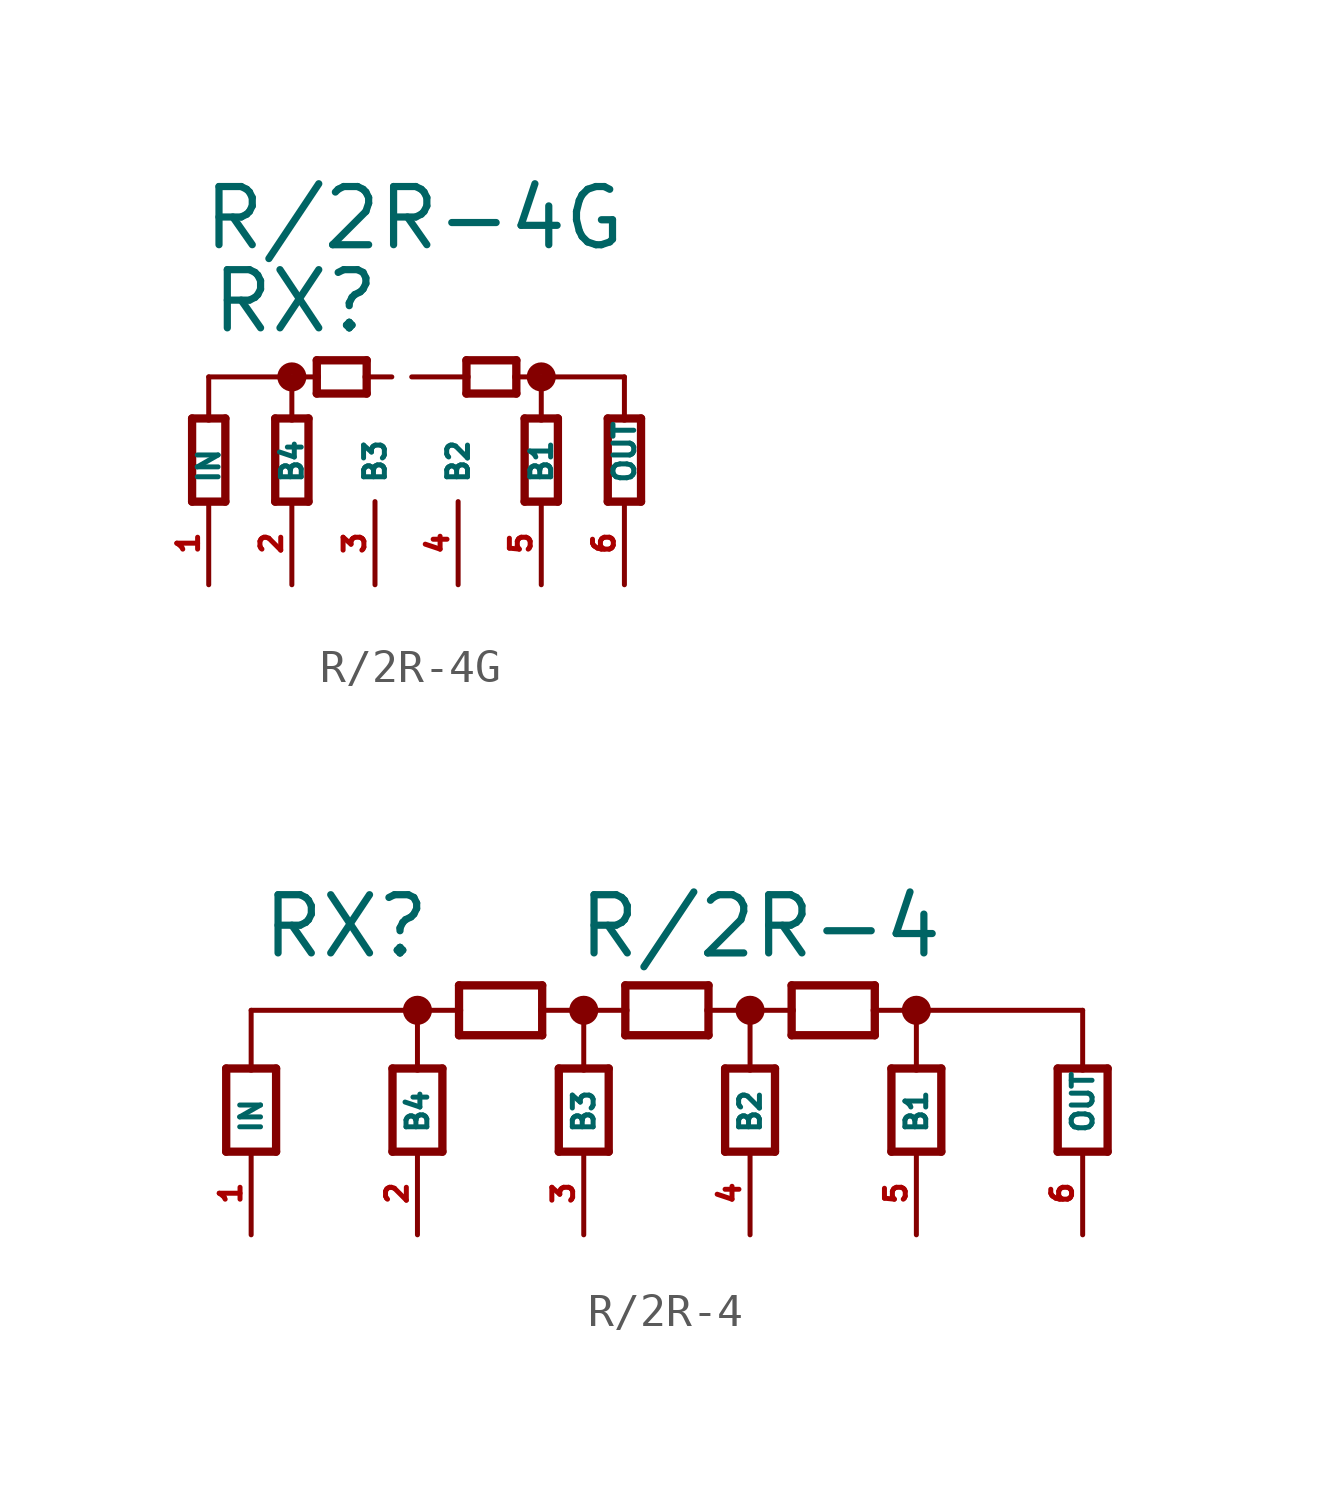
<source format=kicad_sym>
(kicad_symbol_lib
  (version 20220914)
  (generator Eagle2Kicad)
  (symbol "R/2R-4G"
    (property "Reference" "RX"
      (at -7.62 2.54 0)
      (effects (font (size 1.778 1.778) (thickness 0.22)) (justify left bottom)))
    (property "Value" "R/2R-4G"
      (at -7.874 5.08 0)
      (effects (font (size 1.778 1.778) (thickness 0.22)) (justify left bottom)))
    (polyline
      (pts (xy 2.032 -2.54) (xy 2.032 0))
      (stroke (width 0.254) (type default))
      (fill (type none)))
    (polyline
      (pts (xy 3.048 0) (xy 3.048 -2.54))
      (stroke (width 0.254) (type default))
      (fill (type none)))
    (polyline
      (pts (xy 2.032 0) (xy 2.54 0))
      (stroke (width 0.254) (type default))
      (fill (type none)))
    (polyline
      (pts (xy 2.54 0) (xy 3.048 0))
      (stroke (width 0.254) (type default))
      (fill (type none)))
    (polyline
      (pts (xy 3.048 -2.54) (xy 2.032 -2.54))
      (stroke (width 0.254) (type default))
      (fill (type none)))
    (polyline
      (pts (xy 0.254 1.778) (xy 1.778 1.778))
      (stroke (width 0.254) (type default))
      (fill (type none)))
    (polyline
      (pts (xy 1.778 0.762) (xy 0.254 0.762))
      (stroke (width 0.254) (type default))
      (fill (type none)))
    (polyline
      (pts (xy 1.778 1.778) (xy 1.778 1.27))
      (stroke (width 0.254) (type default))
      (fill (type none)))
    (polyline
      (pts (xy 1.778 1.27) (xy 1.778 0.762))
      (stroke (width 0.254) (type default))
      (fill (type none)))
    (polyline
      (pts (xy 0.254 0.762) (xy 0.254 1.27))
      (stroke (width 0.254) (type default))
      (fill (type none)))
    (polyline
      (pts (xy 0.254 1.27) (xy 0.254 1.778))
      (stroke (width 0.254) (type default))
      (fill (type none)))
    (polyline
      (pts (xy 1.778 1.27) (xy 2.54 1.27))
      (stroke (width 0.152) (type default))
      (fill (type none)))
    (polyline
      (pts (xy 2.54 1.27) (xy 5.08 1.27))
      (stroke (width 0.152) (type default))
      (fill (type none)))
    (polyline
      (pts (xy 5.08 0) (xy 5.08 1.27))
      (stroke (width 0.152) (type default))
      (fill (type none)))
    (polyline
      (pts (xy 2.54 0) (xy 2.54 1.27))
      (stroke (width 0.152) (type default))
      (fill (type none)))
    (polyline
      (pts (xy -5.08 1.27) (xy -7.62 1.27))
      (stroke (width 0.152) (type default))
      (fill (type none)))
    (polyline
      (pts (xy -7.62 0) (xy -7.62 1.27))
      (stroke (width 0.152) (type default))
      (fill (type none)))
    (polyline
      (pts (xy -4.318 1.778) (xy -2.794 1.778))
      (stroke (width 0.254) (type default))
      (fill (type none)))
    (polyline
      (pts (xy -2.794 0.762) (xy -4.318 0.762))
      (stroke (width 0.254) (type default))
      (fill (type none)))
    (polyline
      (pts (xy -2.794 1.778) (xy -2.794 1.27))
      (stroke (width 0.254) (type default))
      (fill (type none)))
    (polyline
      (pts (xy -2.794 1.27) (xy -2.794 0.762))
      (stroke (width 0.254) (type default))
      (fill (type none)))
    (polyline
      (pts (xy -4.318 0.762) (xy -4.318 1.27))
      (stroke (width 0.254) (type default))
      (fill (type none)))
    (polyline
      (pts (xy -4.318 1.27) (xy -4.318 1.778))
      (stroke (width 0.254) (type default))
      (fill (type none)))
    (polyline
      (pts (xy -5.08 1.27) (xy -4.318 1.27))
      (stroke (width 0.152) (type default))
      (fill (type none)))
    (polyline
      (pts (xy -5.08 0) (xy -5.08 1.27))
      (stroke (width 0.152) (type default))
      (fill (type none)))
    (polyline
      (pts (xy 4.572 -2.54) (xy 4.572 0))
      (stroke (width 0.254) (type default))
      (fill (type none)))
    (polyline
      (pts (xy 5.588 0) (xy 5.588 -2.54))
      (stroke (width 0.254) (type default))
      (fill (type none)))
    (polyline
      (pts (xy 4.572 0) (xy 5.08 0))
      (stroke (width 0.254) (type default))
      (fill (type none)))
    (polyline
      (pts (xy 5.08 0) (xy 5.588 0))
      (stroke (width 0.254) (type default))
      (fill (type none)))
    (polyline
      (pts (xy 5.588 -2.54) (xy 4.572 -2.54))
      (stroke (width 0.254) (type default))
      (fill (type none)))
    (polyline
      (pts (xy -8.128 -2.54) (xy -8.128 0))
      (stroke (width 0.254) (type default))
      (fill (type none)))
    (polyline
      (pts (xy -7.112 0) (xy -7.112 -2.54))
      (stroke (width 0.254) (type default))
      (fill (type none)))
    (polyline
      (pts (xy -8.128 0) (xy -7.62 0))
      (stroke (width 0.254) (type default))
      (fill (type none)))
    (polyline
      (pts (xy -7.62 0) (xy -7.112 0))
      (stroke (width 0.254) (type default))
      (fill (type none)))
    (polyline
      (pts (xy -7.112 -2.54) (xy -8.128 -2.54))
      (stroke (width 0.254) (type default))
      (fill (type none)))
    (polyline
      (pts (xy -5.588 -2.54) (xy -5.588 0))
      (stroke (width 0.254) (type default))
      (fill (type none)))
    (polyline
      (pts (xy -4.572 0) (xy -4.572 -2.54))
      (stroke (width 0.254) (type default))
      (fill (type none)))
    (polyline
      (pts (xy -5.588 0) (xy -5.08 0))
      (stroke (width 0.254) (type default))
      (fill (type none)))
    (polyline
      (pts (xy -5.08 0) (xy -4.572 0))
      (stroke (width 0.254) (type default))
      (fill (type none)))
    (polyline
      (pts (xy -4.572 -2.54) (xy -5.588 -2.54))
      (stroke (width 0.254) (type default))
      (fill (type none)))
    (polyline
      (pts (xy 0.254 1.27) (xy -2.794 1.27))
      (stroke (width 0.152) (type dash))
      (fill (type none)))
    (circle
      (center 2.54 1.27)
      (radius 0.254)
      (stroke (width 0.381) (type default))
      (fill (type none)))
    (circle
      (center -5.08 1.27)
      (radius 0.254)
      (stroke (width 0.381) (type default))
      (fill (type none)))
    (pin passive line
      (at 5.08 -5.08 90)
      (length 2.54)
      (name "OUT" (effects (font (size 0.635 0.635) (thickness 0.08)) (justify left bottom)))
      (number "6" (effects (font (size 0.635 0.635) (thickness 0.08)) (justify left bottom))))
    (pin passive line
      (at 2.54 -5.08 90)
      (length 2.54)
      (name "B1" (effects (font (size 0.635 0.635) (thickness 0.08)) (justify left bottom)))
      (number "5" (effects (font (size 0.635 0.635) (thickness 0.08)) (justify left bottom))))
    (pin passive line
      (at 0 -5.08 90)
      (length 2.54)
      (name "B2" (effects (font (size 0.635 0.635) (thickness 0.08)) (justify left bottom)))
      (number "4" (effects (font (size 0.635 0.635) (thickness 0.08)) (justify left bottom))))
    (pin passive line
      (at -2.54 -5.08 90)
      (length 2.54)
      (name "B3" (effects (font (size 0.635 0.635) (thickness 0.08)) (justify left bottom)))
      (number "3" (effects (font (size 0.635 0.635) (thickness 0.08)) (justify left bottom))))
    (pin passive line
      (at -5.08 -5.08 90)
      (length 2.54)
      (name "B4" (effects (font (size 0.635 0.635) (thickness 0.08)) (justify left bottom)))
      (number "2" (effects (font (size 0.635 0.635) (thickness 0.08)) (justify left bottom))))
    (pin passive line
      (at -7.62 -5.08 90)
      (length 2.54)
      (name "IN" (effects (font (size 0.635 0.635) (thickness 0.08)) (justify left bottom)))
      (number "1" (effects (font (size 0.635 0.635) (thickness 0.08)) (justify left bottom)))))
  (symbol "R/2R-4"
    (property "Reference" "RX"
      (at -12.446 3.302 0)
      (effects (font (size 1.778 1.778) (thickness 0.22)) (justify left bottom)))
    (property "Value" "R/2R-4"
      (at -2.794 3.302 0)
      (effects (font (size 1.778 1.778) (thickness 0.22)) (justify left bottom)))
    (polyline
      (pts (xy 7.62 1.778) (xy 12.7 1.778))
      (stroke (width 0.152) (type default))
      (fill (type none)))
    (polyline
      (pts (xy 11.938 -2.54) (xy 11.938 0))
      (stroke (width 0.254) (type default))
      (fill (type none)))
    (polyline
      (pts (xy 13.462 0) (xy 13.462 -2.54))
      (stroke (width 0.254) (type default))
      (fill (type none)))
    (polyline
      (pts (xy 11.938 0) (xy 12.7 0))
      (stroke (width 0.254) (type default))
      (fill (type none)))
    (polyline
      (pts (xy 12.7 0) (xy 13.462 0))
      (stroke (width 0.254) (type default))
      (fill (type none)))
    (polyline
      (pts (xy 13.462 -2.54) (xy 11.938 -2.54))
      (stroke (width 0.254) (type default))
      (fill (type none)))
    (polyline
      (pts (xy 12.7 0) (xy 12.7 1.778))
      (stroke (width 0.152) (type default))
      (fill (type none)))
    (polyline
      (pts (xy 6.858 -2.54) (xy 6.858 0))
      (stroke (width 0.254) (type default))
      (fill (type none)))
    (polyline
      (pts (xy 8.382 0) (xy 8.382 -2.54))
      (stroke (width 0.254) (type default))
      (fill (type none)))
    (polyline
      (pts (xy 6.858 0) (xy 7.62 0))
      (stroke (width 0.254) (type default))
      (fill (type none)))
    (polyline
      (pts (xy 7.62 0) (xy 8.382 0))
      (stroke (width 0.254) (type default))
      (fill (type none)))
    (polyline
      (pts (xy 8.382 -2.54) (xy 6.858 -2.54))
      (stroke (width 0.254) (type default))
      (fill (type none)))
    (polyline
      (pts (xy 3.81 2.54) (xy 6.35 2.54))
      (stroke (width 0.254) (type default))
      (fill (type none)))
    (polyline
      (pts (xy 6.35 1.016) (xy 3.81 1.016))
      (stroke (width 0.254) (type default))
      (fill (type none)))
    (polyline
      (pts (xy 6.35 2.54) (xy 6.35 1.778))
      (stroke (width 0.254) (type default))
      (fill (type none)))
    (polyline
      (pts (xy 6.35 1.778) (xy 6.35 1.016))
      (stroke (width 0.254) (type default))
      (fill (type none)))
    (polyline
      (pts (xy 3.81 1.016) (xy 3.81 1.778))
      (stroke (width 0.254) (type default))
      (fill (type none)))
    (polyline
      (pts (xy 3.81 1.778) (xy 3.81 2.54))
      (stroke (width 0.254) (type default))
      (fill (type none)))
    (polyline
      (pts (xy 6.35 1.778) (xy 7.62 1.778))
      (stroke (width 0.152) (type default))
      (fill (type none)))
    (polyline
      (pts (xy 7.62 0) (xy 7.62 1.778))
      (stroke (width 0.152) (type default))
      (fill (type none)))
    (polyline
      (pts (xy 2.54 1.778) (xy 3.81 1.778))
      (stroke (width 0.152) (type default))
      (fill (type none)))
    (polyline
      (pts (xy 1.778 -2.54) (xy 1.778 0))
      (stroke (width 0.254) (type default))
      (fill (type none)))
    (polyline
      (pts (xy 3.302 0) (xy 3.302 -2.54))
      (stroke (width 0.254) (type default))
      (fill (type none)))
    (polyline
      (pts (xy 1.778 0) (xy 2.54 0))
      (stroke (width 0.254) (type default))
      (fill (type none)))
    (polyline
      (pts (xy 2.54 0) (xy 3.302 0))
      (stroke (width 0.254) (type default))
      (fill (type none)))
    (polyline
      (pts (xy 3.302 -2.54) (xy 1.778 -2.54))
      (stroke (width 0.254) (type default))
      (fill (type none)))
    (polyline
      (pts (xy -1.27 2.54) (xy 1.27 2.54))
      (stroke (width 0.254) (type default))
      (fill (type none)))
    (polyline
      (pts (xy 1.27 1.016) (xy -1.27 1.016))
      (stroke (width 0.254) (type default))
      (fill (type none)))
    (polyline
      (pts (xy 1.27 2.54) (xy 1.27 1.778))
      (stroke (width 0.254) (type default))
      (fill (type none)))
    (polyline
      (pts (xy 1.27 1.778) (xy 1.27 1.016))
      (stroke (width 0.254) (type default))
      (fill (type none)))
    (polyline
      (pts (xy -1.27 1.016) (xy -1.27 1.778))
      (stroke (width 0.254) (type default))
      (fill (type none)))
    (polyline
      (pts (xy -1.27 1.778) (xy -1.27 2.54))
      (stroke (width 0.254) (type default))
      (fill (type none)))
    (polyline
      (pts (xy 1.27 1.778) (xy 2.54 1.778))
      (stroke (width 0.152) (type default))
      (fill (type none)))
    (polyline
      (pts (xy 2.54 0) (xy 2.54 1.778))
      (stroke (width 0.152) (type default))
      (fill (type none)))
    (polyline
      (pts (xy -2.54 1.778) (xy -1.27 1.778))
      (stroke (width 0.152) (type default))
      (fill (type none)))
    (polyline
      (pts (xy -3.302 -2.54) (xy -3.302 0))
      (stroke (width 0.254) (type default))
      (fill (type none)))
    (polyline
      (pts (xy -1.778 0) (xy -1.778 -2.54))
      (stroke (width 0.254) (type default))
      (fill (type none)))
    (polyline
      (pts (xy -3.302 0) (xy -2.54 0))
      (stroke (width 0.254) (type default))
      (fill (type none)))
    (polyline
      (pts (xy -2.54 0) (xy -1.778 0))
      (stroke (width 0.254) (type default))
      (fill (type none)))
    (polyline
      (pts (xy -1.778 -2.54) (xy -3.302 -2.54))
      (stroke (width 0.254) (type default))
      (fill (type none)))
    (polyline
      (pts (xy -6.35 2.54) (xy -3.81 2.54))
      (stroke (width 0.254) (type default))
      (fill (type none)))
    (polyline
      (pts (xy -3.81 1.016) (xy -6.35 1.016))
      (stroke (width 0.254) (type default))
      (fill (type none)))
    (polyline
      (pts (xy -3.81 2.54) (xy -3.81 1.778))
      (stroke (width 0.254) (type default))
      (fill (type none)))
    (polyline
      (pts (xy -3.81 1.778) (xy -3.81 1.016))
      (stroke (width 0.254) (type default))
      (fill (type none)))
    (polyline
      (pts (xy -6.35 1.016) (xy -6.35 1.778))
      (stroke (width 0.254) (type default))
      (fill (type none)))
    (polyline
      (pts (xy -6.35 1.778) (xy -6.35 2.54))
      (stroke (width 0.254) (type default))
      (fill (type none)))
    (polyline
      (pts (xy -3.81 1.778) (xy -2.54 1.778))
      (stroke (width 0.152) (type default))
      (fill (type none)))
    (polyline
      (pts (xy -2.54 0) (xy -2.54 1.778))
      (stroke (width 0.152) (type default))
      (fill (type none)))
    (polyline
      (pts (xy -7.62 1.778) (xy -6.35 1.778))
      (stroke (width 0.152) (type default))
      (fill (type none)))
    (polyline
      (pts (xy -8.382 -2.54) (xy -8.382 0))
      (stroke (width 0.254) (type default))
      (fill (type none)))
    (polyline
      (pts (xy -6.858 0) (xy -6.858 -2.54))
      (stroke (width 0.254) (type default))
      (fill (type none)))
    (polyline
      (pts (xy -8.382 0) (xy -7.62 0))
      (stroke (width 0.254) (type default))
      (fill (type none)))
    (polyline
      (pts (xy -7.62 0) (xy -6.858 0))
      (stroke (width 0.254) (type default))
      (fill (type none)))
    (polyline
      (pts (xy -6.858 -2.54) (xy -8.382 -2.54))
      (stroke (width 0.254) (type default))
      (fill (type none)))
    (polyline
      (pts (xy -7.62 0) (xy -7.62 1.778))
      (stroke (width 0.152) (type default))
      (fill (type none)))
    (polyline
      (pts (xy -7.62 1.778) (xy -12.7 1.778))
      (stroke (width 0.152) (type default))
      (fill (type none)))
    (polyline
      (pts (xy -11.938 -2.54) (xy -11.938 0))
      (stroke (width 0.254) (type default))
      (fill (type none)))
    (polyline
      (pts (xy -13.462 0) (xy -13.462 -2.54))
      (stroke (width 0.254) (type default))
      (fill (type none)))
    (polyline
      (pts (xy -11.938 0) (xy -12.7 0))
      (stroke (width 0.254) (type default))
      (fill (type none)))
    (polyline
      (pts (xy -12.7 0) (xy -13.462 0))
      (stroke (width 0.254) (type default))
      (fill (type none)))
    (polyline
      (pts (xy -13.462 -2.54) (xy -11.938 -2.54))
      (stroke (width 0.254) (type default))
      (fill (type none)))
    (polyline
      (pts (xy -12.7 0) (xy -12.7 1.778))
      (stroke (width 0.152) (type default))
      (fill (type none)))
    (circle
      (center 7.62 1.778)
      (radius 0.254)
      (stroke (width 0.381) (type default))
      (fill (type none)))
    (circle
      (center 2.54 1.778)
      (radius 0.254)
      (stroke (width 0.381) (type default))
      (fill (type none)))
    (circle
      (center -2.54 1.778)
      (radius 0.254)
      (stroke (width 0.381) (type default))
      (fill (type none)))
    (circle
      (center -7.62 1.778)
      (radius 0.254)
      (stroke (width 0.381) (type default))
      (fill (type none)))
    (pin passive line
      (at 12.7 -5.08 90)
      (length 2.54)
      (name "OUT" (effects (font (size 0.635 0.635) (thickness 0.08)) (justify left bottom)))
      (number "6" (effects (font (size 0.635 0.635) (thickness 0.08)) (justify left bottom))))
    (pin passive line
      (at 7.62 -5.08 90)
      (length 2.54)
      (name "B1" (effects (font (size 0.635 0.635) (thickness 0.08)) (justify left bottom)))
      (number "5" (effects (font (size 0.635 0.635) (thickness 0.08)) (justify left bottom))))
    (pin passive line
      (at 2.54 -5.08 90)
      (length 2.54)
      (name "B2" (effects (font (size 0.635 0.635) (thickness 0.08)) (justify left bottom)))
      (number "4" (effects (font (size 0.635 0.635) (thickness 0.08)) (justify left bottom))))
    (pin passive line
      (at -2.54 -5.08 90)
      (length 2.54)
      (name "B3" (effects (font (size 0.635 0.635) (thickness 0.08)) (justify left bottom)))
      (number "3" (effects (font (size 0.635 0.635) (thickness 0.08)) (justify left bottom))))
    (pin passive line
      (at -7.62 -5.08 90)
      (length 2.54)
      (name "B4" (effects (font (size 0.635 0.635) (thickness 0.08)) (justify left bottom)))
      (number "2" (effects (font (size 0.635 0.635) (thickness 0.08)) (justify left bottom))))
    (pin passive line
      (at -12.7 -5.08 90)
      (length 2.54)
      (name "IN" (effects (font (size 0.635 0.635) (thickness 0.08)) (justify left bottom)))
      (number "1" (effects (font (size 0.635 0.635) (thickness 0.08)) (justify left bottom))))))
</source>
